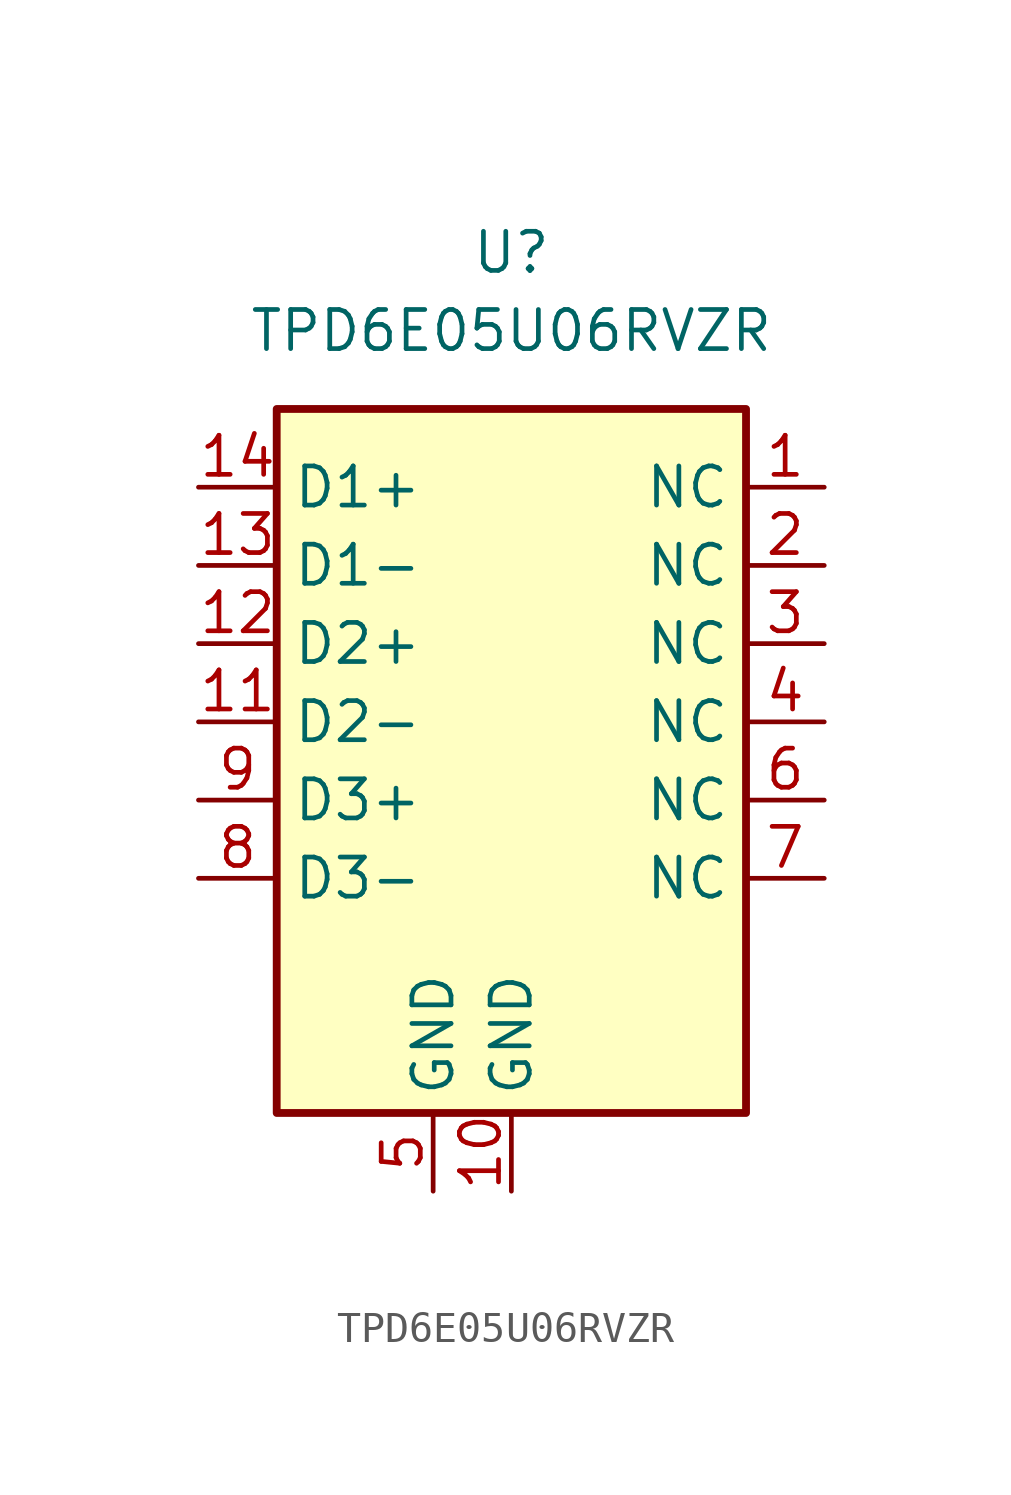
<source format=kicad_sym>
(kicad_symbol_lib
  (version 20211014)
  (generator kicad_symbol_editor)
  (symbol "TPD6E05U06RVZR"
    (property "Reference" "U"
      (at 0 12.7 0)
      (effects (font (size 1.27 1.27))))
    (property "Value" "TPD6E05U06RVZR"
      (at 0 10.16 0)
      (effects (font (size 1.27 1.27))))
    (symbol "TPD6E05U06RVZR_0_1"
      (rectangle (start -7.62 7.62) (end 7.62 -15.24) (stroke (width 0.254) (type default) (color 0 0 0 0)) (fill (type background))))
    (symbol "TPD6E05U06RVZR_1_1"
      (pin free line (at 10.16 5.08 180) (length 2.54) (name "NC" (effects (font (size 1.27 1.27)))) (number "1" (effects (font (size 1.27 1.27)))))
      (pin input line (at 0 -17.78 90) (length 2.54) (name "GND" (effects (font (size 1.27 1.27)))) (number "10" (effects (font (size 1.27 1.27)))))
      (pin input line (at -10.16 -2.54 0) (length 2.54) (name "D2-" (effects (font (size 1.27 1.27)))) (number "11" (effects (font (size 1.27 1.27)))))
      (pin input line (at -10.16 0 0) (length 2.54) (name "D2+" (effects (font (size 1.27 1.27)))) (number "12" (effects (font (size 1.27 1.27)))))
      (pin input line (at -10.16 2.54 0) (length 2.54) (name "D1-" (effects (font (size 1.27 1.27)))) (number "13" (effects (font (size 1.27 1.27)))))
      (pin input line (at -10.16 5.08 0) (length 2.54) (name "D1+" (effects (font (size 1.27 1.27)))) (number "14" (effects (font (size 1.27 1.27)))))
      (pin free line (at 10.16 2.54 180) (length 2.54) (name "NC" (effects (font (size 1.27 1.27)))) (number "2" (effects (font (size 1.27 1.27)))))
      (pin free line (at 10.16 0 180) (length 2.54) (name "NC" (effects (font (size 1.27 1.27)))) (number "3" (effects (font (size 1.27 1.27)))))
      (pin free line (at 10.16 -2.54 180) (length 2.54) (name "NC" (effects (font (size 1.27 1.27)))) (number "4" (effects (font (size 1.27 1.27)))))
      (pin input line (at -2.54 -17.78 90) (length 2.54) (name "GND" (effects (font (size 1.27 1.27)))) (number "5" (effects (font (size 1.27 1.27)))))
      (pin free line (at 10.16 -5.08 180) (length 2.54) (name "NC" (effects (font (size 1.27 1.27)))) (number "6" (effects (font (size 1.27 1.27)))))
      (pin free line (at 10.16 -7.62 180) (length 2.54) (name "NC" (effects (font (size 1.27 1.27)))) (number "7" (effects (font (size 1.27 1.27)))))
      (pin input line (at -10.16 -7.62 0) (length 2.54) (name "D3-" (effects (font (size 1.27 1.27)))) (number "8" (effects (font (size 1.27 1.27)))))
      (pin input line (at -10.16 -5.08 0) (length 2.54) (name "D3+" (effects (font (size 1.27 1.27)))) (number "9" (effects (font (size 1.27 1.27))))))))
</source>
